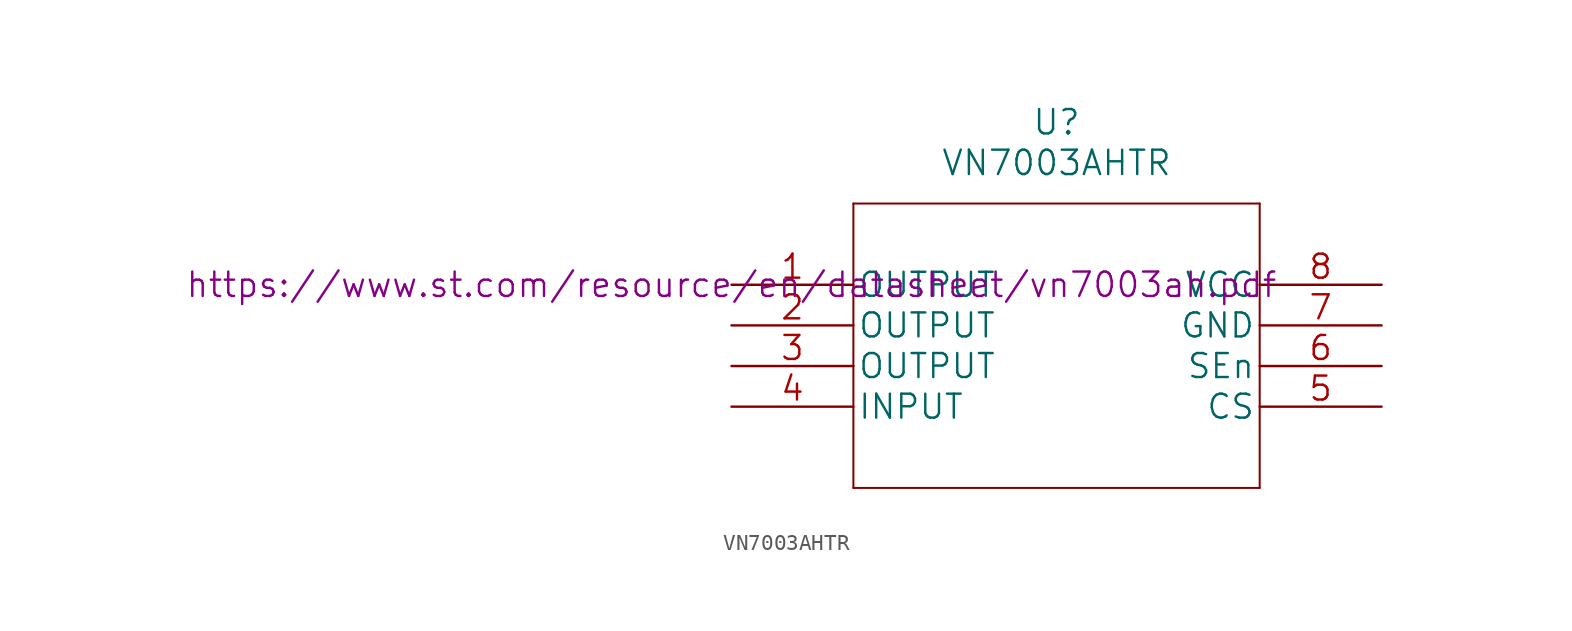
<source format=kicad_sym>
(kicad_symbol_lib
  (version 20211014)
  (generator kicad_symbol_editor)
  (symbol "VN7003AHTR"
    (pin_names
      (offset 0.254))
    (property "Reference" "U"
      (at 20.32 10.16 0)
      (effects (font (size 1.524 1.524))))
    (property "Value" "VN7003AHTR"
      (at 20.32 7.62 0)
      (effects (font (size 1.524 1.524))))
    (property "Datasheet" "https://www.st.com/resource/en/datasheet/vn7003ah.pdf"
      (at 0 0 0)
      (effects (font (size 1.524 1.524))))
    (symbol "VN7003AHTR_1_1"
      (polyline (pts (xy 7.62 -12.7) (xy 33.02 -12.7)) (stroke (width 0.127) (type default) (color 0 0 0 0)) (fill (type none)))
      (polyline (pts (xy 7.62 5.08) (xy 7.62 -12.7)) (stroke (width 0.127) (type default) (color 0 0 0 0)) (fill (type none)))
      (polyline (pts (xy 33.02 -12.7) (xy 33.02 5.08)) (stroke (width 0.127) (type default) (color 0 0 0 0)) (fill (type none)))
      (polyline (pts (xy 33.02 5.08) (xy 7.62 5.08)) (stroke (width 0.127) (type default) (color 0 0 0 0)) (fill (type none)))
      (pin output line (at 0 0 0) (length 7.62) (name "OUTPUT" (effects (font (size 1.499 1.499)))) (number "1" (effects (font (size 1.499 1.499)))))
      (pin output line (at 0 -2.54 0) (length 7.62) (name "OUTPUT" (effects (font (size 1.499 1.499)))) (number "2" (effects (font (size 1.499 1.499)))))
      (pin output line (at 0 -5.08 0) (length 7.62) (name "OUTPUT" (effects (font (size 1.499 1.499)))) (number "3" (effects (font (size 1.499 1.499)))))
      (pin input line (at 0 -7.62 0) (length 7.62) (name "INPUT" (effects (font (size 1.499 1.499)))) (number "4" (effects (font (size 1.499 1.499)))))
      (pin unspecified line (at 40.64 -7.62 180) (length 7.62) (name "CS" (effects (font (size 1.499 1.499)))) (number "5" (effects (font (size 1.499 1.499)))))
      (pin unspecified line (at 40.64 -5.08 180) (length 7.62) (name "SEn" (effects (font (size 1.499 1.499)))) (number "6" (effects (font (size 1.499 1.499)))))
      (pin power_in line (at 40.64 -2.54 180) (length 7.62) (name "GND" (effects (font (size 1.499 1.499)))) (number "7" (effects (font (size 1.499 1.499)))))
      (pin unspecified line (at 40.64 0 180) (length 7.62) (name "VCC" (effects (font (size 1.499 1.499)))) (number "8" (effects (font (size 1.499 1.499))))))))
</source>
